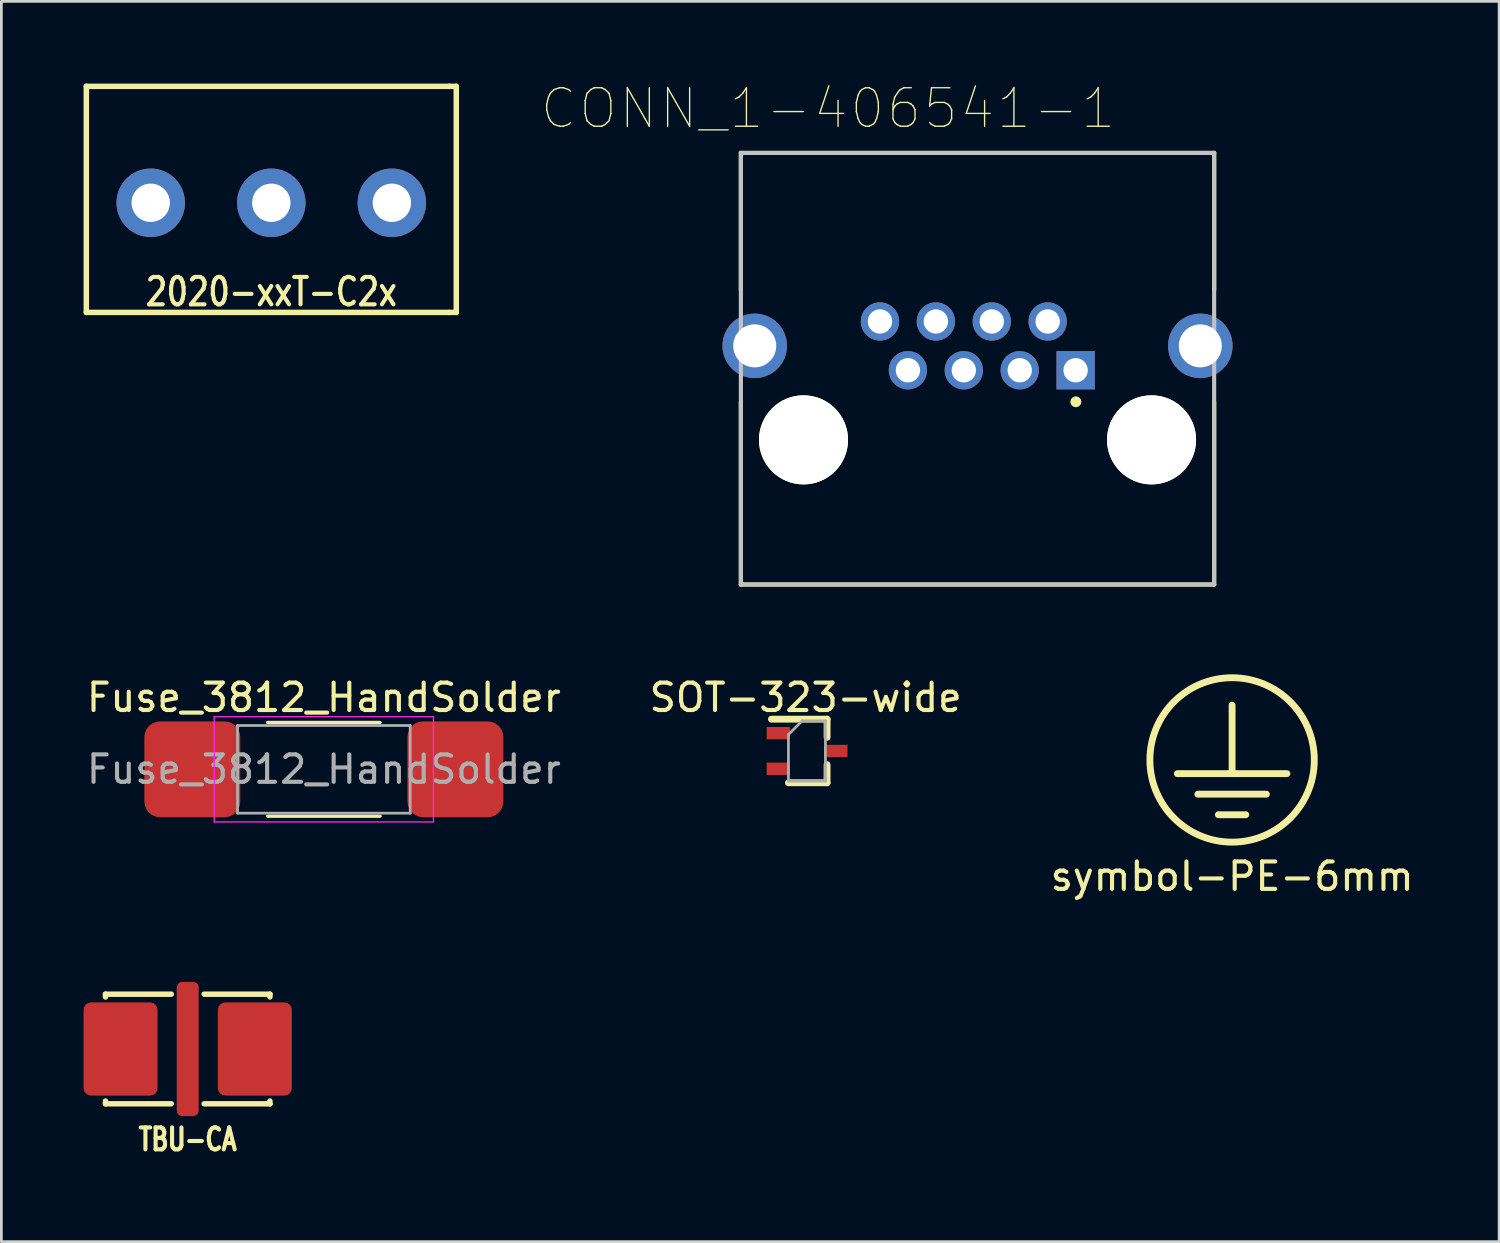
<source format=kicad_pcb>
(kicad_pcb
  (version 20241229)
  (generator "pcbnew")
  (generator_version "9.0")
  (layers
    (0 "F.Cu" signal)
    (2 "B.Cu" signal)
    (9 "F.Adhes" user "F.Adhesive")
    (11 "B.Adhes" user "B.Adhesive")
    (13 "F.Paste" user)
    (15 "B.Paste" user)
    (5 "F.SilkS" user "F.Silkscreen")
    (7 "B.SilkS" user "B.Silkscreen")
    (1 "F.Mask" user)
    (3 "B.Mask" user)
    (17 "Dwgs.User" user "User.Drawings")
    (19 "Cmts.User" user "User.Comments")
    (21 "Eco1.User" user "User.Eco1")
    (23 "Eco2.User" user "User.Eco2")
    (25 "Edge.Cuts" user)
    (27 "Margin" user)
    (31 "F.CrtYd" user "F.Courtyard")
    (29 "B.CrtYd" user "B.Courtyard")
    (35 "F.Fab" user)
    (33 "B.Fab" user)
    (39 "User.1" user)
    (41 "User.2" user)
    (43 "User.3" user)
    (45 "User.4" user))
  (footprint "Fuse_3812_HandSolder"
    (layer "F.Cu")
    (at 8.768 25.024)
    (property "Reference" "Fuse_3812_HandSolder" (at 0 -2.62 0) (layer "F.SilkS") (effects (font (size 1 1) (thickness 0.15))))
    (attr smd)
    (fp_line (start -2.052 -1.71) (end 2.052 -1.71) (stroke (width 0.12) (type solid)) (layer "F.SilkS"))
    (fp_line (start -2.052 1.71) (end 2.052 1.71) (stroke (width 0.12) (type solid)) (layer "F.SilkS"))
    (fp_line (start -4 -1.92) (end 4 -1.92) (stroke (width 0.05) (type solid)) (layer "F.CrtYd"))
    (fp_line (start -4 1.92) (end -4 -1.92) (stroke (width 0.05) (type solid)) (layer "F.CrtYd"))
    (fp_line (start 4 -1.92) (end 4 1.92) (stroke (width 0.05) (type solid)) (layer "F.CrtYd"))
    (fp_line (start 4 1.92) (end -4 1.92) (stroke (width 0.05) (type solid)) (layer "F.CrtYd"))
    (fp_line (start -3.15 -1.6) (end 3.15 -1.6) (stroke (width 0.1) (type solid)) (layer "F.Fab"))
    (fp_line (start -3.15 1.6) (end -3.15 -1.6) (stroke (width 0.1) (type solid)) (layer "F.Fab"))
    (fp_line (start 3.15 -1.6) (end 3.15 1.6) (stroke (width 0.1) (type solid)) (layer "F.Fab"))
    (fp_line (start 3.15 1.6) (end -3.15 1.6) (stroke (width 0.1) (type solid)) (layer "F.Fab"))
    (fp_text user "${REFERENCE}" (at 0 0 0) (layer "F.Fab") (effects (font (size 1 1) (thickness 0.15))))
    (pad "1" smd roundrect (at -4.8 0) (size 3.5 3.5) (layers "F.Cu" "F.Mask" "F.Paste") (roundrect_rratio 0.164))
    (pad "2" smd roundrect (at 4.8 0) (size 3.5 3.5) (layers "F.Cu" "F.Mask" "F.Paste") (roundrect_rratio 0.164)))
  (footprint "CONN_1-406541-1"
    (layer "F.Cu")
    (at 32.621 9.571)
    (property "Reference" "CONN_1-406541-1" (at -5.458 -8.662 0) (layer "F.SilkS") (effects (font (size 1.404 1.404) (thickness 0.05))))
    (attr through_hole)
    (fp_line (start -8.635 -7.04) (end -8.635 -2.04) (stroke (width 0.152) (type solid)) (layer "F.SilkS"))
    (fp_line (start -8.635 -7.04) (end 8.635 -7.04) (stroke (width 0.152) (type solid)) (layer "F.SilkS"))
    (fp_line (start -8.635 2.04) (end -8.635 8.71) (stroke (width 0.152) (type solid)) (layer "F.SilkS"))
    (fp_line (start -8.635 8.71) (end 8.635 8.71) (stroke (width 0.152) (type solid)) (layer "F.SilkS"))
    (fp_line (start 8.635 -7.04) (end 8.635 -2.04) (stroke (width 0.152) (type solid)) (layer "F.SilkS"))
    (fp_line (start 8.635 2.04) (end 8.635 8.71) (stroke (width 0.152) (type solid)) (layer "F.SilkS"))
    (fp_circle (center 3.588 2.04) (end 3.688 2.04) (stroke (width 0.2) (type solid)) (fill no) (layer "F.SilkS"))
    (fp_line (start -8.635 -7.04) (end -8.635 8.71) (stroke (width 0.152) (type solid)) (layer "Dwgs.User"))
    (fp_line (start -8.635 -7.04) (end 8.635 -7.04) (stroke (width 0.152) (type solid)) (layer "Dwgs.User"))
    (fp_line (start -8.635 8.71) (end 8.635 8.71) (stroke (width 0.152) (type solid)) (layer "Dwgs.User"))
    (fp_line (start 8.635 -7.04) (end 8.635 8.71) (stroke (width 0.152) (type solid)) (layer "Dwgs.User"))
    (fp_line (start -9.7 -1.25) (end -8.885 -1.25) (stroke (width 0.05) (type solid)) (layer "Eco1.User"))
    (fp_line (start -9.7 1.25) (end -9.7 -1.25) (stroke (width 0.05) (type solid)) (layer "Eco1.User"))
    (fp_line (start -8.885 -7.29) (end 8.885 -7.29) (stroke (width 0.05) (type solid)) (layer "Eco1.User"))
    (fp_line (start -8.885 -1.25) (end -8.885 -7.29) (stroke (width 0.05) (type solid)) (layer "Eco1.User"))
    (fp_line (start -8.885 1.25) (end -9.7 1.25) (stroke (width 0.05) (type solid)) (layer "Eco1.User"))
    (fp_line (start -8.885 8.96) (end -8.885 1.25) (stroke (width 0.05) (type solid)) (layer "Eco1.User"))
    (fp_line (start 8.885 -7.29) (end 8.885 -1.25) (stroke (width 0.05) (type solid)) (layer "Eco1.User"))
    (fp_line (start 8.885 -1.25) (end 9.7 -1.25) (stroke (width 0.05) (type solid)) (layer "Eco1.User"))
    (fp_line (start 8.885 1.25) (end 8.885 8.96) (stroke (width 0.05) (type solid)) (layer "Eco1.User"))
    (fp_line (start 8.885 8.96) (end -8.885 8.96) (stroke (width 0.05) (type solid)) (layer "Eco1.User"))
    (fp_line (start 9.7 -1.25) (end 9.7 1.25) (stroke (width 0.05) (type solid)) (layer "Eco1.User"))
    (fp_line (start 9.7 1.25) (end 8.885 1.25) (stroke (width 0.05) (type solid)) (layer "Eco1.User"))
    (pad "" np_thru_hole circle (at -6.35 3.43) (size 3.25 3.25) (drill 3.25) (layers "*.Cu" "*.Mask" "F.SilkS"))
    (pad "" np_thru_hole circle (at 6.35 3.43) (size 3.25 3.25) (drill 3.25) (layers "*.Cu" "*.Mask" "F.SilkS"))
    (pad "1" thru_hole rect (at 3.58 0.89) (size 1.398 1.398) (drill 0.89) (layers "*.Cu" "*.Mask"))
    (pad "2" thru_hole circle (at 2.56 -0.89) (size 1.398 1.398) (drill 0.89) (layers "*.Cu" "*.Mask"))
    (pad "3" thru_hole circle (at 1.54 0.89) (size 1.398 1.398) (drill 0.89) (layers "*.Cu" "*.Mask"))
    (pad "4" thru_hole circle (at 0.52 -0.89) (size 1.398 1.398) (drill 0.89) (layers "*.Cu" "*.Mask"))
    (pad "5" thru_hole circle (at -0.5 0.89) (size 1.398 1.398) (drill 0.89) (layers "*.Cu" "*.Mask"))
    (pad "6" thru_hole circle (at -1.52 -0.89) (size 1.398 1.398) (drill 0.89) (layers "*.Cu" "*.Mask"))
    (pad "7" thru_hole circle (at -2.54 0.89) (size 1.398 1.398) (drill 0.89) (layers "*.Cu" "*.Mask"))
    (pad "8" thru_hole circle (at -3.56 -0.89) (size 1.398 1.398) (drill 0.89) (layers "*.Cu" "*.Mask"))
    (pad "SH" thru_hole circle (at -8.13 0) (size 2.355 2.355) (drill 1.57) (layers "*.Cu" "*.Mask"))
    (pad "SH" thru_hole circle (at 8.13 0) (size 2.355 2.355) (drill 1.57) (layers "*.Cu" "*.Mask")))
  (footprint "SOT-323-wide"
    (layer "F.Cu")
    (at 26.401 24.354)
    (property "Reference" "SOT-323-wide" (at -0.05 -1.95 0) (layer "F.SilkS") (effects (font (size 1 1) (thickness 0.15))))
    (attr smd)
    (fp_line (start -0.68 1.16) (end 0.73 1.16) (stroke (width 0.25) (type solid)) (layer "F.SilkS"))
    (fp_line (start 0.73 -1.16) (end -1.3 -1.16) (stroke (width 0.25) (type solid)) (layer "F.SilkS"))
    (fp_line (start 0.73 -1.16) (end 0.73 -0.5) (stroke (width 0.25) (type solid)) (layer "F.SilkS"))
    (fp_line (start 0.73 0.5) (end 0.73 1.16) (stroke (width 0.25) (type solid)) (layer "F.SilkS"))
    (fp_line (start -0.68 -0.6) (end -0.68 1.1) (stroke (width 0.1) (type solid)) (layer "F.Fab"))
    (fp_line (start -0.18 -1.1) (end -0.68 -0.6) (stroke (width 0.1) (type solid)) (layer "F.Fab"))
    (fp_line (start 0.67 -1.1) (end -0.18 -1.1) (stroke (width 0.1) (type solid)) (layer "F.Fab"))
    (fp_line (start 0.67 -1.1) (end 0.67 1.1) (stroke (width 0.1) (type solid)) (layer "F.Fab"))
    (fp_line (start 0.67 1.1) (end -0.68 1.1) (stroke (width 0.1) (type solid)) (layer "F.Fab"))
    (pad "1" smd rect (at -1.05 -0.65 270) (size 0.45 0.85) (layers "F.Cu" "F.Mask" "F.Paste"))
    (pad "2" smd rect (at -1.05 0.65 270) (size 0.45 0.85) (layers "F.Cu" "F.Mask" "F.Paste"))
    (pad "3" smd rect (at 1.05 0 270) (size 0.45 0.85) (layers "F.Cu" "F.Mask" "F.Paste")))
  (footprint "2020-xxT-C2x"
    (layer "F.Cu")
    (at 6.85 4.35)
    (property "Reference" "2020-xxT-C2x" (at 0 3.25 0) (layer "F.SilkS") (effects (font (size 1 0.8) (thickness 0.15))))
    (attr through_hole)
    (fp_line (start -6.75 -4.25) (end -6.75 4) (stroke (width 0.2) (type solid)) (layer "F.SilkS"))
    (fp_line (start -6.75 4) (end 6.5 4) (stroke (width 0.2) (type solid)) (layer "F.SilkS"))
    (fp_line (start 6.5 -4.25) (end -6.75 -4.25) (stroke (width 0.2) (type solid)) (layer "F.SilkS"))
    (fp_line (start 6.5 -4.25) (end 6.75 -4.25) (stroke (width 0.2) (type solid)) (layer "F.SilkS"))
    (fp_line (start 6.5 4) (end 6.75 4) (stroke (width 0.2) (type solid)) (layer "F.SilkS"))
    (fp_line (start 6.75 -4.25) (end 6.75 4) (stroke (width 0.2) (type solid)) (layer "F.SilkS"))
    (pad "1" thru_hole circle (at -4.4 0) (size 2.5 2.5) (drill 1.4) (layers "*.Cu" "*.Mask"))
    (pad "2" thru_hole circle (at 0 0) (size 2.5 2.5) (drill 1.4) (layers "*.Cu" "*.Mask"))
    (pad "3" thru_hole circle (at 4.4 0) (size 2.5 2.5) (drill 1.4) (layers "*.Cu" "*.Mask")))
  (footprint "TBU-CA"
    (layer "F.Cu")
    (at 3.8 35.229)
    (property "Reference" "TBU-CA" (at 0 3.3 0) (layer "F.SilkS") (effects (font (size 0.8 0.6) (thickness 0.15))))
    (attr through_hole)
    (fp_line (start -3 -2) (end -3 -1.9) (stroke (width 0.2) (type solid)) (layer "F.SilkS"))
    (fp_line (start -3 2) (end -3 1.9) (stroke (width 0.2) (type solid)) (layer "F.SilkS"))
    (fp_line (start -0.6 -2) (end -3 -2) (stroke (width 0.2) (type solid)) (layer "F.SilkS"))
    (fp_line (start -0.6 2) (end -3 2) (stroke (width 0.2) (type solid)) (layer "F.SilkS"))
    (fp_line (start 0.6 -2) (end 3 -2) (stroke (width 0.2) (type solid)) (layer "F.SilkS"))
    (fp_line (start 0.6 2) (end 3 2) (stroke (width 0.2) (type solid)) (layer "F.SilkS"))
    (fp_line (start 3 -2) (end 3 -1.9) (stroke (width 0.2) (type solid)) (layer "F.SilkS"))
    (fp_line (start 3 2) (end 3 1.9) (stroke (width 0.2) (type solid)) (layer "F.SilkS"))
    (pad "1" smd roundrect (at -2.45 0) (size 2.7 3.4) (layers "F.Cu" "F.Mask" "F.Paste") (roundrect_rratio 0.1))
    (pad "2" smd roundrect (at 0 0) (size 0.8 4.9) (layers "F.Cu" "F.Mask" "F.Paste") (roundrect_rratio 0.25))
    (pad "3" smd roundrect (at 2.45 0) (size 2.7 3.4) (layers "F.Cu" "F.Mask" "F.Paste") (roundrect_rratio 0.1)))
  (footprint "symbol-PE-6mm"
    (layer "F.Cu")
    (at 41.911 24.681)
    (property "Reference" "symbol-PE-6mm" (at 0 4.25 0) (layer "F.SilkS") (effects (font (size 1 1) (thickness 0.15))))
    (attr through_hole)
    (fp_line (start -2 0.5) (end 2 0.5) (stroke (width 0.25) (type solid)) (layer "F.SilkS"))
    (fp_line (start -1.25 1.25) (end 1.25 1.25) (stroke (width 0.25) (type solid)) (layer "F.SilkS"))
    (fp_line (start -0.5 2) (end 0.5 2) (stroke (width 0.25) (type solid)) (layer "F.SilkS"))
    (fp_line (start 0 0.5) (end 0 -2) (stroke (width 0.25) (type solid)) (layer "F.SilkS"))
    (fp_circle (center 0 0) (end 3 0) (stroke (width 0.25) (type solid)) (fill no) (layer "F.SilkS")))
  (gr_rect
    (start -3 -3)
    (end 51.655 42.26)
    (stroke (width 0.1) (type default))
    (fill no)
    (layer "Edge.Cuts")))
</source>
